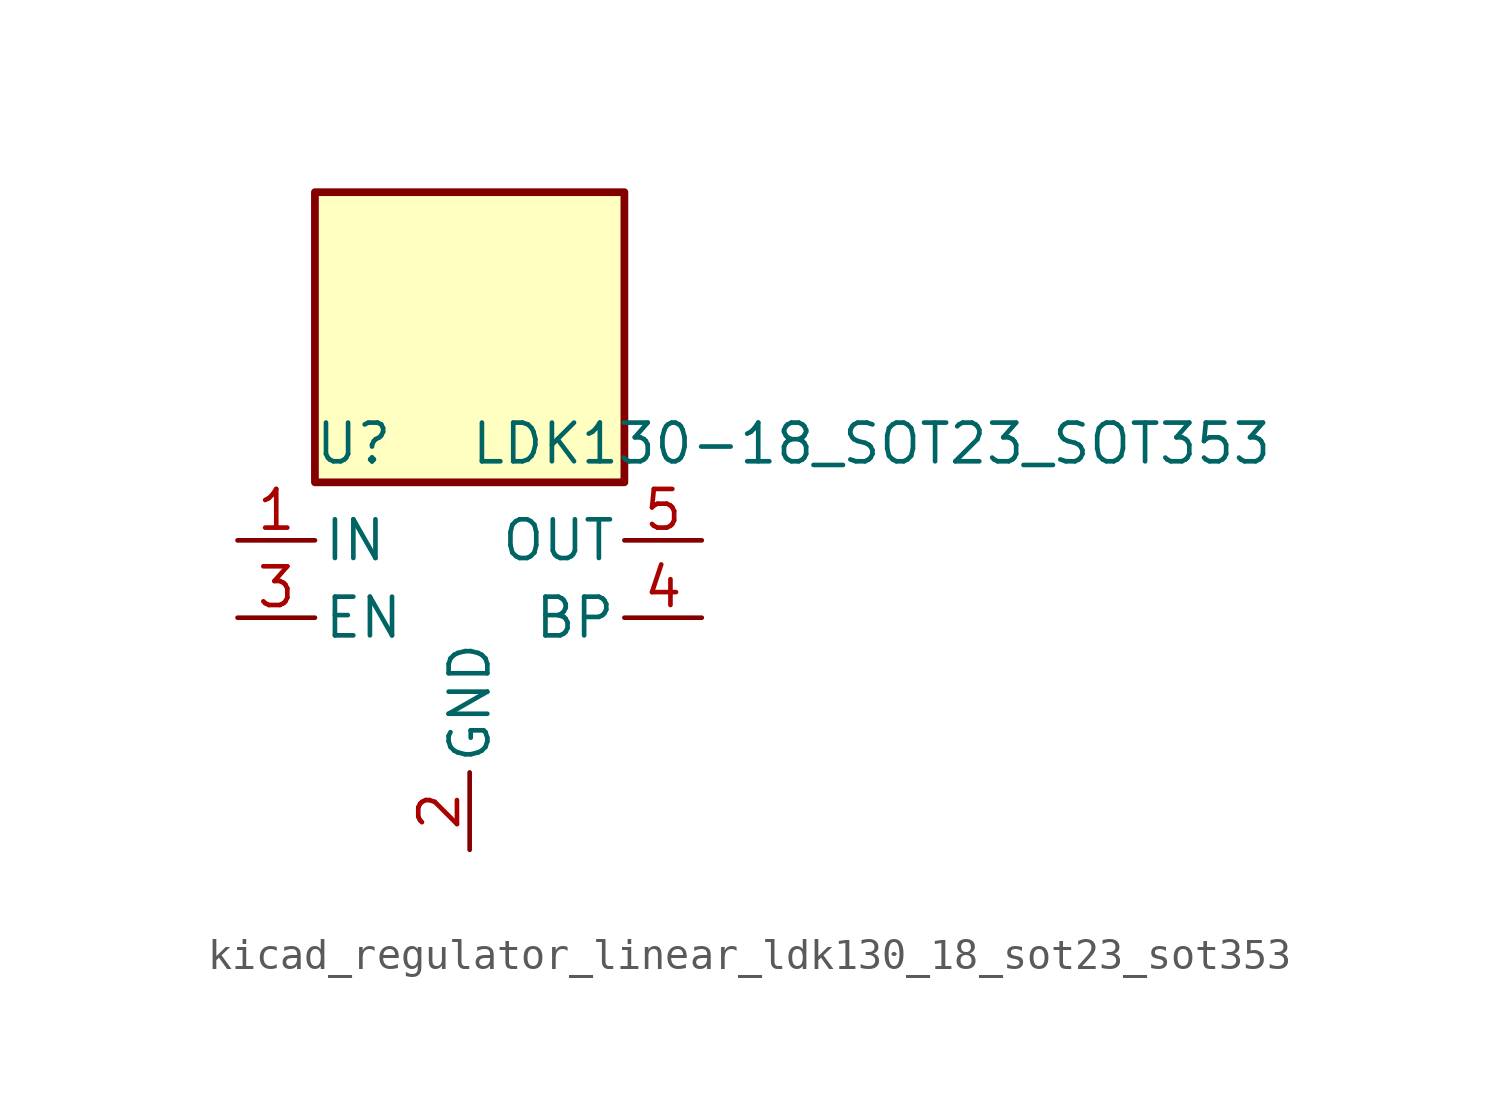
<source format=kicad_sym>
(kicad_symbol_lib
  (version 20220914)
  (generator kicad_symbol_editor)
  (symbol "kicad_regulator_linear_ldk130_18_sot23_sot353"
    (pin_names
      (offset 0.254))
    (property "Reference" "U"
      (at -3.81 5.715 0)
      (effects (font (size 1.27 1.27))))
    (property "Value" "LDK130-18_SOT23_SOT353"
      (at 0 5.715 0)
      (effects (font (size 1.27 1.27)) (justify left)))
    (symbol "kicad_regulator_linear_ldk130_18_sot23_sot353_0_1"
      (rectangle (start 5.08 13.97) (end -5.08 4.445) (stroke (width 0.254) (type default)) (fill (type background))))
    (symbol "kicad_regulator_linear_ldk130_18_sot23_sot353_1_1"
      (pin power_in line (at -7.62 2.54 0) (length 2.54) (name "IN" (effects (font (size 1.27 1.27)))) (number "1" (effects (font (size 1.27 1.27)))))
      (pin power_in line (at 0 -7.62 90) (length 2.54) (name "GND" (effects (font (size 1.27 1.27)))) (number "2" (effects (font (size 1.27 1.27)))))
      (pin input line (at -7.62 0 0) (length 2.54) (name "EN" (effects (font (size 1.27 1.27)))) (number "3" (effects (font (size 1.27 1.27)))))
      (pin passive line (at 7.62 0 180) (length 2.54) (name "BP" (effects (font (size 1.27 1.27)))) (number "4" (effects (font (size 1.27 1.27)))))
      (pin power_out line (at 7.62 2.54 180) (length 2.54) (name "OUT" (effects (font (size 1.27 1.27)))) (number "5" (effects (font (size 1.27 1.27))))))))
</source>
